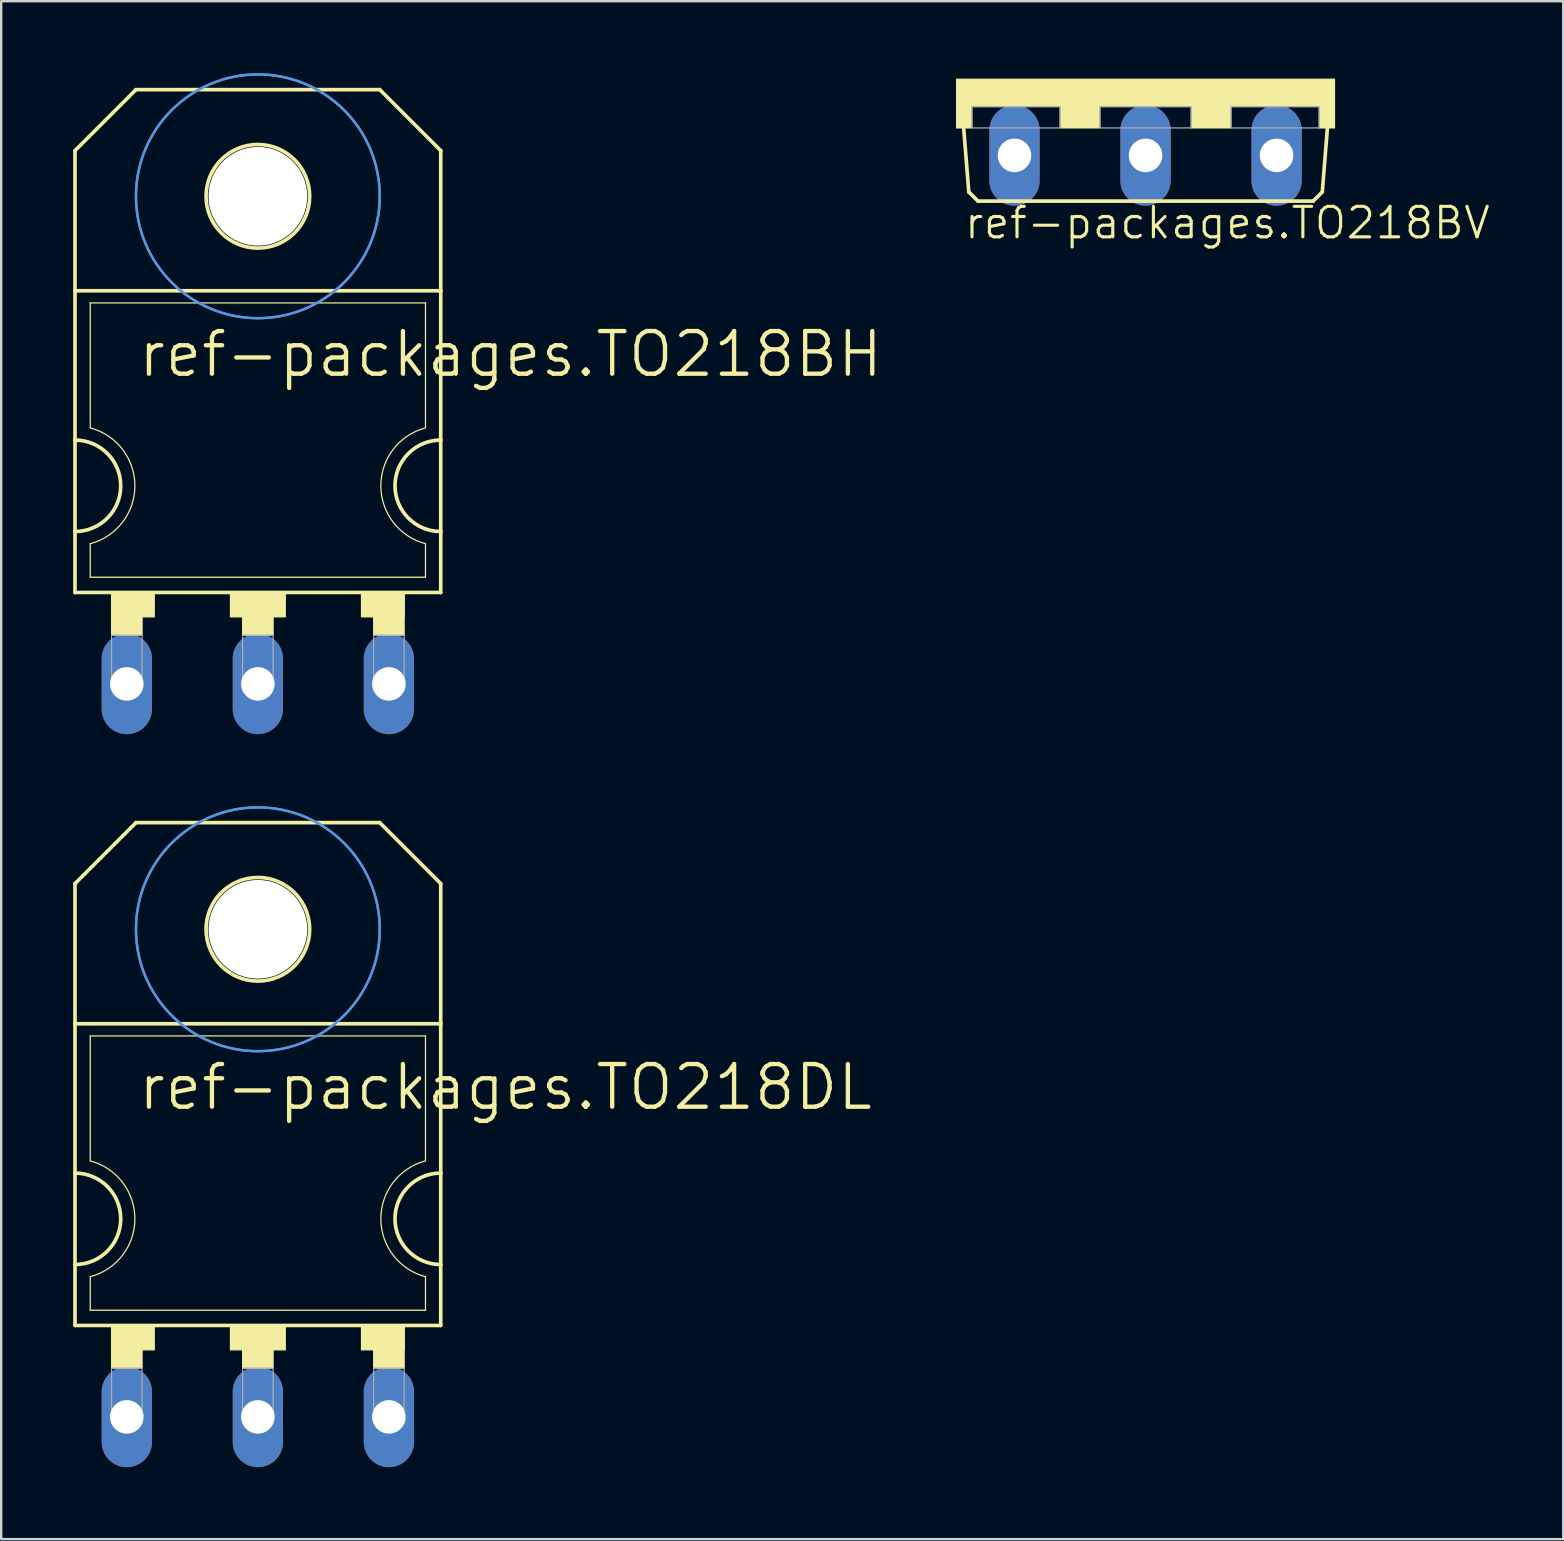
<source format=kicad_pcb>
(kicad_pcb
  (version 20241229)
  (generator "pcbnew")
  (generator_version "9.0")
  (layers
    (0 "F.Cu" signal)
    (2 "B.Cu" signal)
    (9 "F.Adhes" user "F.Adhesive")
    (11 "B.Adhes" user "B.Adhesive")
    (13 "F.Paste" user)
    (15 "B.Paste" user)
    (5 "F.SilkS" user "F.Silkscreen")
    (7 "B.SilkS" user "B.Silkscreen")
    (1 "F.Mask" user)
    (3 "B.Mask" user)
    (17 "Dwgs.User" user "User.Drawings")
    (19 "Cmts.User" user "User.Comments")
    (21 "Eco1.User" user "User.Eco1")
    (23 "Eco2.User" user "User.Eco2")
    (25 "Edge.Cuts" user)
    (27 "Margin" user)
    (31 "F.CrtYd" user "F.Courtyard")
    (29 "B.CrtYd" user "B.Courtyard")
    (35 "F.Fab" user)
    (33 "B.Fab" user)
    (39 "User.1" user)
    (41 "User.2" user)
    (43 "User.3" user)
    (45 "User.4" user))
  (footprint "ref-packages.TO218DL"
    (layer "F.Cu")
    (at 7.696 45.836)
    (property "Reference" "ref-packages.TO218DL" (at -5.08 -2.54 0) (layer "F.SilkS") (effects (font (size 1.778 1.778) (thickness 0.18)) (justify left bottom)))
    (attr through_hole)
    (fp_line (start -7.62 -12.065) (end -7.62 -6.223) (stroke (width 0.152) (type default)) (layer "F.SilkS"))
    (fp_line (start -7.62 -12.065) (end -5.08 -14.605) (stroke (width 0.152) (type default)) (layer "F.SilkS"))
    (fp_line (start -7.62 0) (end -7.62 -6.223) (stroke (width 0.152) (type default)) (layer "F.SilkS"))
    (fp_line (start -7.62 3.81) (end -7.62 0) (stroke (width 0.152) (type default)) (layer "F.SilkS"))
    (fp_line (start -7.62 6.35) (end -7.62 3.81) (stroke (width 0.152) (type default)) (layer "F.SilkS"))
    (fp_line (start -7.62 6.35) (end 7.62 6.35) (stroke (width 0.152) (type default)) (layer "F.SilkS"))
    (fp_line (start -6.985 -0.508) (end -6.985 -5.715) (stroke (width 0.051) (type default)) (layer "F.SilkS"))
    (fp_line (start -6.985 5.715) (end -6.985 4.318) (stroke (width 0.051) (type default)) (layer "F.SilkS"))
    (fp_line (start -6.985 5.715) (end 6.985 5.715) (stroke (width 0.051) (type default)) (layer "F.SilkS"))
    (fp_line (start 5.08 -14.605) (end -5.08 -14.605) (stroke (width 0.152) (type default)) (layer "F.SilkS"))
    (fp_line (start 6.985 -5.715) (end -6.985 -5.715) (stroke (width 0.051) (type default)) (layer "F.SilkS"))
    (fp_line (start 6.985 -0.508) (end 6.985 -5.715) (stroke (width 0.051) (type default)) (layer "F.SilkS"))
    (fp_line (start 6.985 5.715) (end 6.985 4.318) (stroke (width 0.051) (type default)) (layer "F.SilkS"))
    (fp_line (start 7.62 -12.065) (end 5.08 -14.605) (stroke (width 0.152) (type default)) (layer "F.SilkS"))
    (fp_line (start 7.62 -12.065) (end 7.62 -6.223) (stroke (width 0.152) (type default)) (layer "F.SilkS"))
    (fp_line (start 7.62 -6.223) (end -7.62 -6.223) (stroke (width 0.152) (type default)) (layer "F.SilkS"))
    (fp_line (start 7.62 -6.223) (end 7.62 0) (stroke (width 0.152) (type default)) (layer "F.SilkS"))
    (fp_line (start 7.62 0) (end 7.62 3.81) (stroke (width 0.152) (type default)) (layer "F.SilkS"))
    (fp_line (start 7.62 3.81) (end 7.62 6.35) (stroke (width 0.152) (type default)) (layer "F.SilkS"))
    (fp_rect (start -6.096 7.366) (end -4.318 6.35) (stroke (width 0.05) (type default)) (fill yes) (layer "F.SilkS"))
    (fp_rect (start -6.096 8.128) (end -4.826 6.35) (stroke (width 0.05) (type default)) (fill yes) (layer "F.SilkS"))
    (fp_rect (start -1.143 7.366) (end 1.143 6.35) (stroke (width 0.05) (type default)) (fill yes) (layer "F.SilkS"))
    (fp_rect (start -0.635 8.128) (end 0.635 6.35) (stroke (width 0.05) (type default)) (fill yes) (layer "F.SilkS"))
    (fp_rect (start 4.318 7.366) (end 6.096 6.35) (stroke (width 0.05) (type default)) (fill yes) (layer "F.SilkS"))
    (fp_rect (start 4.826 8.128) (end 6.096 6.35) (stroke (width 0.05) (type default)) (fill yes) (layer "F.SilkS"))
    (fp_arc (start -7.62 0) (mid -5.715 1.905) (end -7.62 3.81) (stroke (width 0.1524) (type default)) (layer "F.SilkS"))
    (fp_arc (start -6.985 -0.508) (mid -5.124846 1.905) (end -6.985 4.318) (stroke (width 0.0508) (type default)) (layer "F.SilkS"))
    (fp_arc (start 6.9851 4.3178) (mid 5.125027 1.921942) (end 6.9522 -0.4991) (stroke (width 0.0508) (type default)) (layer "F.SilkS"))
    (fp_arc (start 7.62 3.81) (mid 5.715 1.905) (end 7.62 0) (stroke (width 0.1524) (type default)) (layer "F.SilkS"))
    (fp_circle (center 0 -10.16) (end 2.159 -10.16) (stroke (width 0.152) (type default)) (fill no) (layer "F.SilkS"))
    (fp_circle (center 0 -10.16) (end 5.08 -10.16) (stroke (width 0.1) (type default)) (fill no) (layer "Cmts.User"))
    (fp_circle (center 0 -10.16) (end 5.08 -10.16) (stroke (width 0.1) (type default)) (fill no) (layer "Cmts.User"))
    (fp_rect (start -6.096 10.287) (end -4.826 8.128) (stroke (width 0.05) (type default)) (fill no) (layer "F.Fab"))
    (fp_rect (start -0.635 10.287) (end 0.635 8.128) (stroke (width 0.05) (type default)) (fill no) (layer "F.Fab"))
    (fp_rect (start 4.826 10.287) (end 6.096 8.128) (stroke (width 0.05) (type default)) (fill no) (layer "F.Fab"))
    (pad "" np_thru_hole circle (at 0 -10.16) (size 4.115 4.115) (drill 4.115) (layers "*.Cu" "*.Mask"))
    (pad "A1" thru_hole oval (at -5.461 10.16 90) (size 4.191 2.095) (drill 1.397) (layers "*.Cu" "*.Mask"))
    (pad "A2" thru_hole oval (at 0 10.16 90) (size 4.191 2.095) (drill 1.397) (layers "*.Cu" "*.Mask"))
    (pad "G" thru_hole oval (at 5.461 10.16 90) (size 4.191 2.095) (drill 1.397) (layers "*.Cu" "*.Mask")))
  (footprint "ref-packages.TO218BH"
    (layer "F.Cu")
    (at 7.696 15.29)
    (property "Reference" "ref-packages.TO218BH" (at -5.08 -2.54 0) (layer "F.SilkS") (effects (font (size 1.778 1.778) (thickness 0.18)) (justify left bottom)))
    (attr through_hole)
    (fp_line (start -7.62 -12.065) (end -7.62 -6.223) (stroke (width 0.152) (type default)) (layer "F.SilkS"))
    (fp_line (start -7.62 -12.065) (end -5.08 -14.605) (stroke (width 0.152) (type default)) (layer "F.SilkS"))
    (fp_line (start -7.62 0) (end -7.62 -6.223) (stroke (width 0.152) (type default)) (layer "F.SilkS"))
    (fp_line (start -7.62 3.81) (end -7.62 0) (stroke (width 0.152) (type default)) (layer "F.SilkS"))
    (fp_line (start -7.62 6.35) (end -7.62 3.81) (stroke (width 0.152) (type default)) (layer "F.SilkS"))
    (fp_line (start -7.62 6.35) (end 7.62 6.35) (stroke (width 0.152) (type default)) (layer "F.SilkS"))
    (fp_line (start -6.985 -0.508) (end -6.985 -5.715) (stroke (width 0.051) (type default)) (layer "F.SilkS"))
    (fp_line (start -6.985 5.715) (end -6.985 4.318) (stroke (width 0.051) (type default)) (layer "F.SilkS"))
    (fp_line (start -6.985 5.715) (end 6.985 5.715) (stroke (width 0.051) (type default)) (layer "F.SilkS"))
    (fp_line (start 5.08 -14.605) (end -5.08 -14.605) (stroke (width 0.152) (type default)) (layer "F.SilkS"))
    (fp_line (start 6.985 -5.715) (end -6.985 -5.715) (stroke (width 0.051) (type default)) (layer "F.SilkS"))
    (fp_line (start 6.985 -0.508) (end 6.985 -5.715) (stroke (width 0.051) (type default)) (layer "F.SilkS"))
    (fp_line (start 6.985 5.715) (end 6.985 4.318) (stroke (width 0.051) (type default)) (layer "F.SilkS"))
    (fp_line (start 7.62 -12.065) (end 5.08 -14.605) (stroke (width 0.152) (type default)) (layer "F.SilkS"))
    (fp_line (start 7.62 -12.065) (end 7.62 -6.223) (stroke (width 0.152) (type default)) (layer "F.SilkS"))
    (fp_line (start 7.62 -6.223) (end -7.62 -6.223) (stroke (width 0.152) (type default)) (layer "F.SilkS"))
    (fp_line (start 7.62 -6.223) (end 7.62 0) (stroke (width 0.152) (type default)) (layer "F.SilkS"))
    (fp_line (start 7.62 0) (end 7.62 3.81) (stroke (width 0.152) (type default)) (layer "F.SilkS"))
    (fp_line (start 7.62 3.81) (end 7.62 6.35) (stroke (width 0.152) (type default)) (layer "F.SilkS"))
    (fp_rect (start -6.096 7.366) (end -4.318 6.35) (stroke (width 0.05) (type default)) (fill yes) (layer "F.SilkS"))
    (fp_rect (start -6.096 8.128) (end -4.826 6.35) (stroke (width 0.05) (type default)) (fill yes) (layer "F.SilkS"))
    (fp_rect (start -1.143 7.366) (end 1.143 6.35) (stroke (width 0.05) (type default)) (fill yes) (layer "F.SilkS"))
    (fp_rect (start -0.635 8.128) (end 0.635 6.35) (stroke (width 0.05) (type default)) (fill yes) (layer "F.SilkS"))
    (fp_rect (start 4.318 7.366) (end 6.096 6.35) (stroke (width 0.05) (type default)) (fill yes) (layer "F.SilkS"))
    (fp_rect (start 4.826 8.128) (end 6.096 6.35) (stroke (width 0.05) (type default)) (fill yes) (layer "F.SilkS"))
    (fp_arc (start -7.62 0) (mid -5.715 1.905) (end -7.62 3.81) (stroke (width 0.1524) (type default)) (layer "F.SilkS"))
    (fp_arc (start -6.985 -0.508) (mid -5.124846 1.905) (end -6.985 4.318) (stroke (width 0.0508) (type default)) (layer "F.SilkS"))
    (fp_arc (start 6.9851 4.3178) (mid 5.125027 1.921942) (end 6.9522 -0.4991) (stroke (width 0.0508) (type default)) (layer "F.SilkS"))
    (fp_arc (start 7.62 3.81) (mid 5.715 1.905) (end 7.62 0) (stroke (width 0.1524) (type default)) (layer "F.SilkS"))
    (fp_circle (center 0 -10.16) (end 2.159 -10.16) (stroke (width 0.152) (type default)) (fill no) (layer "F.SilkS"))
    (fp_circle (center 0 -10.16) (end 5.08 -10.16) (stroke (width 0.1) (type default)) (fill no) (layer "Cmts.User"))
    (fp_circle (center 0 -10.16) (end 5.08 -10.16) (stroke (width 0.1) (type default)) (fill no) (layer "Cmts.User"))
    (fp_rect (start -6.096 10.287) (end -4.826 8.128) (stroke (width 0.05) (type default)) (fill no) (layer "F.Fab"))
    (fp_rect (start -0.635 10.287) (end 0.635 8.128) (stroke (width 0.05) (type default)) (fill no) (layer "F.Fab"))
    (fp_rect (start 4.826 10.287) (end 6.096 8.128) (stroke (width 0.05) (type default)) (fill no) (layer "F.Fab"))
    (pad "" np_thru_hole circle (at 0 -10.16) (size 4.115 4.115) (drill 4.115) (layers "*.Cu" "*.Mask"))
    (pad "D" thru_hole oval (at 0 10.16 90) (size 4.191 2.095) (drill 1.397) (layers "*.Cu" "*.Mask"))
    (pad "G" thru_hole oval (at -5.461 10.16 90) (size 4.191 2.095) (drill 1.397) (layers "*.Cu" "*.Mask"))
    (pad "S" thru_hole oval (at 5.461 10.16 90) (size 4.191 2.095) (drill 1.397) (layers "*.Cu" "*.Mask")))
  (footprint "ref-packages.TO218BV"
    (layer "F.Cu")
    (at 44.688 0.25)
    (property "Reference" "ref-packages.TO218BV" (at -7.62 6.731 0) (layer "F.SilkS") (effects (font (size 1.27 1.27) (thickness 0.13)) (justify left bottom)))
    (attr through_hole)
    (fp_line (start -7.366 4.699) (end -7.62 1.524) (stroke (width 0.152) (type default)) (layer "F.SilkS"))
    (fp_line (start -6.985 5.08) (end -7.366 4.699) (stroke (width 0.152) (type default)) (layer "F.SilkS"))
    (fp_line (start -6.985 5.08) (end 6.985 5.08) (stroke (width 0.152) (type default)) (layer "F.SilkS"))
    (fp_line (start 6.985 5.08) (end 7.366 4.699) (stroke (width 0.152) (type default)) (layer "F.SilkS"))
    (fp_line (start 7.366 4.699) (end 7.62 1.524) (stroke (width 0.152) (type default)) (layer "F.SilkS"))
    (fp_rect (start -7.874 1.143) (end 7.874 0) (stroke (width 0.05) (type default)) (fill yes) (layer "F.SilkS"))
    (fp_rect (start -7.874 2.032) (end -7.239 1.143) (stroke (width 0.05) (type default)) (fill yes) (layer "F.SilkS"))
    (fp_rect (start -3.556 2.032) (end -1.905 1.143) (stroke (width 0.05) (type default)) (fill yes) (layer "F.SilkS"))
    (fp_rect (start 1.905 2.032) (end 3.556 1.143) (stroke (width 0.05) (type default)) (fill yes) (layer "F.SilkS"))
    (fp_rect (start 7.239 2.032) (end 7.874 1.143) (stroke (width 0.05) (type default)) (fill yes) (layer "F.SilkS"))
    (fp_rect (start -7.239 2.032) (end -3.556 1.143) (stroke (width 0.05) (type default)) (fill no) (layer "F.Fab"))
    (fp_rect (start -1.905 2.032) (end 1.905 1.143) (stroke (width 0.05) (type default)) (fill no) (layer "F.Fab"))
    (fp_rect (start 3.556 2.032) (end 7.239 1.143) (stroke (width 0.05) (type default)) (fill no) (layer "F.Fab"))
    (pad "D" thru_hole oval (at 0 3.175 90) (size 4.191 2.095) (drill 1.397) (layers "*.Cu" "*.Mask"))
    (pad "G" thru_hole oval (at -5.461 3.175 90) (size 4.191 2.095) (drill 1.397) (layers "*.Cu" "*.Mask"))
    (pad "S" thru_hole oval (at 5.461 3.175 90) (size 4.191 2.095) (drill 1.397) (layers "*.Cu" "*.Mask")))
  (gr_rect
    (start -3 -3)
    (end 62.096 61.091)
    (stroke (width 0.1) (type default))
    (fill no)
    (layer "Edge.Cuts")))
</source>
